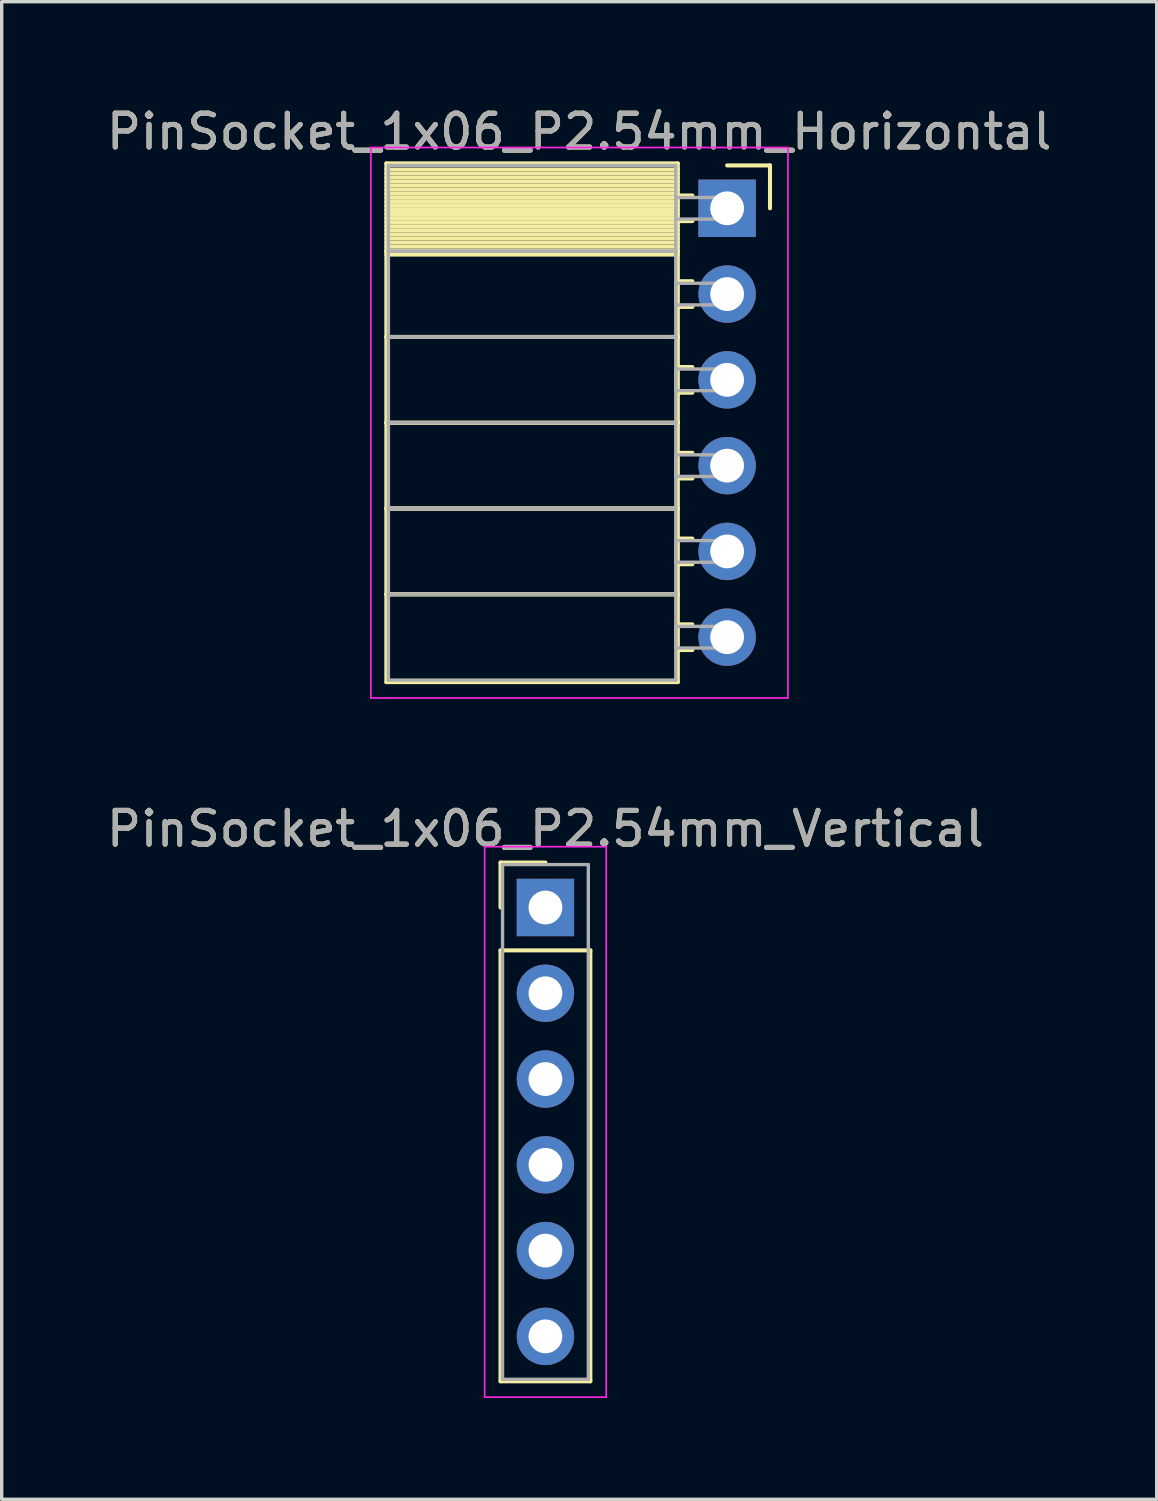
<source format=kicad_pcb>
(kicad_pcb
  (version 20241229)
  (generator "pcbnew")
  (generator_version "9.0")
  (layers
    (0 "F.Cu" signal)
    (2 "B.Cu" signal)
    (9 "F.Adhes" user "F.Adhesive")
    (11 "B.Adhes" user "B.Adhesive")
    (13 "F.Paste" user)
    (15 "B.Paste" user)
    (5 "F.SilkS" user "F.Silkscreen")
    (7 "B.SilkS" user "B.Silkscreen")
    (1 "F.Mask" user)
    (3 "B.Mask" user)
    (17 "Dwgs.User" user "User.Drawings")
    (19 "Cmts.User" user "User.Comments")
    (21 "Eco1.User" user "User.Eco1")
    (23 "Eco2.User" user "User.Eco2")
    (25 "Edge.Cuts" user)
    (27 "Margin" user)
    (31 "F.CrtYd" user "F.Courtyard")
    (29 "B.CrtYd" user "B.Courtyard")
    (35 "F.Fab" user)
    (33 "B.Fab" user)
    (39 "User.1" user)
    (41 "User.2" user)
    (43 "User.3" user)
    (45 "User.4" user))
  (footprint "PinSocket_1x06_P2.54mm_Horizontal"
    (layer "F.Cu")
    (at 18.481 3.118)
    (property "Reference" "PinSocket_1x06_P2.54mm_Horizontal" (at -4.38 -2.27 0) (layer "F.SilkS") (effects (font (size 1 1) (thickness 0.15))))
    (attr through_hole)
    (fp_line (start -10.09 -1.33) (end -1.46 -1.33) (stroke (width 0.12) (type solid)) (layer "F.SilkS"))
    (fp_line (start -10.09 1.27) (end -10.09 -1.33) (stroke (width 0.12) (type solid)) (layer "F.SilkS"))
    (fp_line (start -10.09 1.27) (end -1.46 1.27) (stroke (width 0.12) (type solid)) (layer "F.SilkS"))
    (fp_line (start -10.09 3.81) (end -10.09 1.27) (stroke (width 0.12) (type solid)) (layer "F.SilkS"))
    (fp_line (start -10.09 3.81) (end -1.46 3.81) (stroke (width 0.12) (type solid)) (layer "F.SilkS"))
    (fp_line (start -10.09 6.35) (end -10.09 3.81) (stroke (width 0.12) (type solid)) (layer "F.SilkS"))
    (fp_line (start -10.09 6.35) (end -1.46 6.35) (stroke (width 0.12) (type solid)) (layer "F.SilkS"))
    (fp_line (start -10.09 8.89) (end -10.09 6.35) (stroke (width 0.12) (type solid)) (layer "F.SilkS"))
    (fp_line (start -10.09 8.89) (end -1.46 8.89) (stroke (width 0.12) (type solid)) (layer "F.SilkS"))
    (fp_line (start -10.09 11.43) (end -10.09 8.89) (stroke (width 0.12) (type solid)) (layer "F.SilkS"))
    (fp_line (start -10.09 11.43) (end -1.46 11.43) (stroke (width 0.12) (type solid)) (layer "F.SilkS"))
    (fp_line (start -10.09 14.03) (end -10.09 11.43) (stroke (width 0.12) (type solid)) (layer "F.SilkS"))
    (fp_line (start -1.46 -1.33) (end -1.46 1.27) (stroke (width 0.12) (type solid)) (layer "F.SilkS"))
    (fp_line (start -1.46 -1.15) (end -10.09 -1.15) (stroke (width 0.12) (type solid)) (layer "F.SilkS"))
    (fp_line (start -1.46 -1.03) (end -10.09 -1.03) (stroke (width 0.12) (type solid)) (layer "F.SilkS"))
    (fp_line (start -1.46 -0.91) (end -10.09 -0.91) (stroke (width 0.12) (type solid)) (layer "F.SilkS"))
    (fp_line (start -1.46 -0.79) (end -10.09 -0.79) (stroke (width 0.12) (type solid)) (layer "F.SilkS"))
    (fp_line (start -1.46 -0.67) (end -10.09 -0.67) (stroke (width 0.12) (type solid)) (layer "F.SilkS"))
    (fp_line (start -1.46 -0.55) (end -10.09 -0.55) (stroke (width 0.12) (type solid)) (layer "F.SilkS"))
    (fp_line (start -1.46 -0.43) (end -10.09 -0.43) (stroke (width 0.12) (type solid)) (layer "F.SilkS"))
    (fp_line (start -1.46 -0.31) (end -10.09 -0.31) (stroke (width 0.12) (type solid)) (layer "F.SilkS"))
    (fp_line (start -1.46 -0.19) (end -10.09 -0.19) (stroke (width 0.12) (type solid)) (layer "F.SilkS"))
    (fp_line (start -1.46 -0.07) (end -10.09 -0.07) (stroke (width 0.12) (type solid)) (layer "F.SilkS"))
    (fp_line (start -1.46 0.05) (end -10.09 0.05) (stroke (width 0.12) (type solid)) (layer "F.SilkS"))
    (fp_line (start -1.46 0.17) (end -10.09 0.17) (stroke (width 0.12) (type solid)) (layer "F.SilkS"))
    (fp_line (start -1.46 0.29) (end -10.09 0.29) (stroke (width 0.12) (type solid)) (layer "F.SilkS"))
    (fp_line (start -1.46 0.41) (end -10.09 0.41) (stroke (width 0.12) (type solid)) (layer "F.SilkS"))
    (fp_line (start -1.46 0.53) (end -10.09 0.53) (stroke (width 0.12) (type solid)) (layer "F.SilkS"))
    (fp_line (start -1.46 0.65) (end -10.09 0.65) (stroke (width 0.12) (type solid)) (layer "F.SilkS"))
    (fp_line (start -1.46 0.77) (end -10.09 0.77) (stroke (width 0.12) (type solid)) (layer "F.SilkS"))
    (fp_line (start -1.46 0.89) (end -10.09 0.89) (stroke (width 0.12) (type solid)) (layer "F.SilkS"))
    (fp_line (start -1.46 1.01) (end -10.09 1.01) (stroke (width 0.12) (type solid)) (layer "F.SilkS"))
    (fp_line (start -1.46 1.13) (end -10.09 1.13) (stroke (width 0.12) (type solid)) (layer "F.SilkS"))
    (fp_line (start -1.46 1.25) (end -10.09 1.25) (stroke (width 0.12) (type solid)) (layer "F.SilkS"))
    (fp_line (start -1.46 1.27) (end -10.09 1.27) (stroke (width 0.12) (type solid)) (layer "F.SilkS"))
    (fp_line (start -1.46 1.27) (end -1.46 3.81) (stroke (width 0.12) (type solid)) (layer "F.SilkS"))
    (fp_line (start -1.46 1.37) (end -10.09 1.37) (stroke (width 0.12) (type solid)) (layer "F.SilkS"))
    (fp_line (start -1.46 3.81) (end -10.09 3.81) (stroke (width 0.12) (type solid)) (layer "F.SilkS"))
    (fp_line (start -1.46 3.81) (end -1.46 6.35) (stroke (width 0.12) (type solid)) (layer "F.SilkS"))
    (fp_line (start -1.46 6.35) (end -10.09 6.35) (stroke (width 0.12) (type solid)) (layer "F.SilkS"))
    (fp_line (start -1.46 6.35) (end -1.46 8.89) (stroke (width 0.12) (type solid)) (layer "F.SilkS"))
    (fp_line (start -1.46 8.89) (end -10.09 8.89) (stroke (width 0.12) (type solid)) (layer "F.SilkS"))
    (fp_line (start -1.46 8.89) (end -1.46 11.43) (stroke (width 0.12) (type solid)) (layer "F.SilkS"))
    (fp_line (start -1.46 11.43) (end -10.09 11.43) (stroke (width 0.12) (type solid)) (layer "F.SilkS"))
    (fp_line (start -1.46 11.43) (end -1.46 14.03) (stroke (width 0.12) (type solid)) (layer "F.SilkS"))
    (fp_line (start -1.46 14.03) (end -10.09 14.03) (stroke (width 0.12) (type solid)) (layer "F.SilkS"))
    (fp_line (start -1.03 -0.38) (end -1.46 -0.38) (stroke (width 0.12) (type solid)) (layer "F.SilkS"))
    (fp_line (start -1.03 0.38) (end -1.46 0.38) (stroke (width 0.12) (type solid)) (layer "F.SilkS"))
    (fp_line (start -1.03 2.16) (end -1.46 2.16) (stroke (width 0.12) (type solid)) (layer "F.SilkS"))
    (fp_line (start -1.03 2.92) (end -1.46 2.92) (stroke (width 0.12) (type solid)) (layer "F.SilkS"))
    (fp_line (start -1.03 4.7) (end -1.46 4.7) (stroke (width 0.12) (type solid)) (layer "F.SilkS"))
    (fp_line (start -1.03 5.46) (end -1.46 5.46) (stroke (width 0.12) (type solid)) (layer "F.SilkS"))
    (fp_line (start -1.03 7.24) (end -1.46 7.24) (stroke (width 0.12) (type solid)) (layer "F.SilkS"))
    (fp_line (start -1.03 8) (end -1.46 8) (stroke (width 0.12) (type solid)) (layer "F.SilkS"))
    (fp_line (start -1.03 9.78) (end -1.46 9.78) (stroke (width 0.12) (type solid)) (layer "F.SilkS"))
    (fp_line (start -1.03 10.54) (end -1.46 10.54) (stroke (width 0.12) (type solid)) (layer "F.SilkS"))
    (fp_line (start -1.03 12.32) (end -1.46 12.32) (stroke (width 0.12) (type solid)) (layer "F.SilkS"))
    (fp_line (start -1.03 13.08) (end -1.46 13.08) (stroke (width 0.12) (type solid)) (layer "F.SilkS"))
    (fp_line (start 0 -1.27) (end 1.27 -1.27) (stroke (width 0.12) (type solid)) (layer "F.SilkS"))
    (fp_line (start 1.27 -1.27) (end 1.27 0) (stroke (width 0.12) (type solid)) (layer "F.SilkS"))
    (fp_line (start -10.55 -1.8) (end 1.8 -1.8) (stroke (width 0.05) (type solid)) (layer "F.CrtYd"))
    (fp_line (start -10.55 14.5) (end -10.55 -1.8) (stroke (width 0.05) (type solid)) (layer "F.CrtYd"))
    (fp_line (start 1.8 -1.8) (end 1.8 14.5) (stroke (width 0.05) (type solid)) (layer "F.CrtYd"))
    (fp_line (start 1.8 14.5) (end -10.55 14.5) (stroke (width 0.05) (type solid)) (layer "F.CrtYd"))
    (fp_line (start -10.03 -1.27) (end -1.52 -1.27) (stroke (width 0.1) (type solid)) (layer "F.Fab"))
    (fp_line (start -10.03 1.27) (end -10.03 -1.27) (stroke (width 0.1) (type solid)) (layer "F.Fab"))
    (fp_line (start -10.03 1.27) (end -1.52 1.27) (stroke (width 0.1) (type solid)) (layer "F.Fab"))
    (fp_line (start -10.03 3.81) (end -10.03 1.27) (stroke (width 0.1) (type solid)) (layer "F.Fab"))
    (fp_line (start -10.03 3.81) (end -1.52 3.81) (stroke (width 0.1) (type solid)) (layer "F.Fab"))
    (fp_line (start -10.03 6.35) (end -10.03 3.81) (stroke (width 0.1) (type solid)) (layer "F.Fab"))
    (fp_line (start -10.03 6.35) (end -1.52 6.35) (stroke (width 0.1) (type solid)) (layer "F.Fab"))
    (fp_line (start -10.03 8.89) (end -10.03 6.35) (stroke (width 0.1) (type solid)) (layer "F.Fab"))
    (fp_line (start -10.03 8.89) (end -1.52 8.89) (stroke (width 0.1) (type solid)) (layer "F.Fab"))
    (fp_line (start -10.03 11.43) (end -10.03 8.89) (stroke (width 0.1) (type solid)) (layer "F.Fab"))
    (fp_line (start -10.03 11.43) (end -1.52 11.43) (stroke (width 0.1) (type solid)) (layer "F.Fab"))
    (fp_line (start -10.03 13.97) (end -10.03 11.43) (stroke (width 0.1) (type solid)) (layer "F.Fab"))
    (fp_line (start -1.52 -1.27) (end -1.52 1.27) (stroke (width 0.1) (type solid)) (layer "F.Fab"))
    (fp_line (start -1.52 -0.32) (end 0 -0.32) (stroke (width 0.1) (type solid)) (layer "F.Fab"))
    (fp_line (start -1.52 0.32) (end -1.52 -0.32) (stroke (width 0.1) (type solid)) (layer "F.Fab"))
    (fp_line (start -1.52 1.27) (end -10.03 1.27) (stroke (width 0.1) (type solid)) (layer "F.Fab"))
    (fp_line (start -1.52 1.27) (end -1.52 3.81) (stroke (width 0.1) (type solid)) (layer "F.Fab"))
    (fp_line (start -1.52 2.22) (end 0 2.22) (stroke (width 0.1) (type solid)) (layer "F.Fab"))
    (fp_line (start -1.52 2.86) (end -1.52 2.22) (stroke (width 0.1) (type solid)) (layer "F.Fab"))
    (fp_line (start -1.52 3.81) (end -10.03 3.81) (stroke (width 0.1) (type solid)) (layer "F.Fab"))
    (fp_line (start -1.52 3.81) (end -1.52 6.35) (stroke (width 0.1) (type solid)) (layer "F.Fab"))
    (fp_line (start -1.52 4.76) (end 0 4.76) (stroke (width 0.1) (type solid)) (layer "F.Fab"))
    (fp_line (start -1.52 5.4) (end -1.52 4.76) (stroke (width 0.1) (type solid)) (layer "F.Fab"))
    (fp_line (start -1.52 6.35) (end -10.03 6.35) (stroke (width 0.1) (type solid)) (layer "F.Fab"))
    (fp_line (start -1.52 6.35) (end -1.52 8.89) (stroke (width 0.1) (type solid)) (layer "F.Fab"))
    (fp_line (start -1.52 7.3) (end 0 7.3) (stroke (width 0.1) (type solid)) (layer "F.Fab"))
    (fp_line (start -1.52 7.94) (end -1.52 7.3) (stroke (width 0.1) (type solid)) (layer "F.Fab"))
    (fp_line (start -1.52 8.89) (end -10.03 8.89) (stroke (width 0.1) (type solid)) (layer "F.Fab"))
    (fp_line (start -1.52 8.89) (end -1.52 11.43) (stroke (width 0.1) (type solid)) (layer "F.Fab"))
    (fp_line (start -1.52 9.84) (end 0 9.84) (stroke (width 0.1) (type solid)) (layer "F.Fab"))
    (fp_line (start -1.52 10.48) (end -1.52 9.84) (stroke (width 0.1) (type solid)) (layer "F.Fab"))
    (fp_line (start -1.52 11.43) (end -10.03 11.43) (stroke (width 0.1) (type solid)) (layer "F.Fab"))
    (fp_line (start -1.52 11.43) (end -1.52 13.97) (stroke (width 0.1) (type solid)) (layer "F.Fab"))
    (fp_line (start -1.52 12.38) (end 0 12.38) (stroke (width 0.1) (type solid)) (layer "F.Fab"))
    (fp_line (start -1.52 13.02) (end -1.52 12.38) (stroke (width 0.1) (type solid)) (layer "F.Fab"))
    (fp_line (start -1.52 13.97) (end -10.03 13.97) (stroke (width 0.1) (type solid)) (layer "F.Fab"))
    (fp_line (start 0 -0.32) (end 0 0.32) (stroke (width 0.1) (type solid)) (layer "F.Fab"))
    (fp_line (start 0 0.32) (end -1.52 0.32) (stroke (width 0.1) (type solid)) (layer "F.Fab"))
    (fp_line (start 0 2.22) (end 0 2.86) (stroke (width 0.1) (type solid)) (layer "F.Fab"))
    (fp_line (start 0 2.86) (end -1.52 2.86) (stroke (width 0.1) (type solid)) (layer "F.Fab"))
    (fp_line (start 0 4.76) (end 0 5.4) (stroke (width 0.1) (type solid)) (layer "F.Fab"))
    (fp_line (start 0 5.4) (end -1.52 5.4) (stroke (width 0.1) (type solid)) (layer "F.Fab"))
    (fp_line (start 0 7.3) (end 0 7.94) (stroke (width 0.1) (type solid)) (layer "F.Fab"))
    (fp_line (start 0 7.94) (end -1.52 7.94) (stroke (width 0.1) (type solid)) (layer "F.Fab"))
    (fp_line (start 0 9.84) (end 0 10.48) (stroke (width 0.1) (type solid)) (layer "F.Fab"))
    (fp_line (start 0 10.48) (end -1.52 10.48) (stroke (width 0.1) (type solid)) (layer "F.Fab"))
    (fp_line (start 0 12.38) (end 0 13.02) (stroke (width 0.1) (type solid)) (layer "F.Fab"))
    (fp_line (start 0 13.02) (end -1.52 13.02) (stroke (width 0.1) (type solid)) (layer "F.Fab"))
    (fp_text user "${REFERENCE}" (at -4.38 -2.27 0) (layer "F.Fab") (effects (font (size 1 1) (thickness 0.15))))
    (pad "1" thru_hole rect (at 0 0) (size 1.7 1.7) (drill 1) (layers "*.Cu" "*.Mask"))
    (pad "2" thru_hole oval (at 0 2.54) (size 1.7 1.7) (drill 1) (layers "*.Cu" "*.Mask"))
    (pad "3" thru_hole oval (at 0 5.08) (size 1.7 1.7) (drill 1) (layers "*.Cu" "*.Mask"))
    (pad "4" thru_hole oval (at 0 7.62) (size 1.7 1.7) (drill 1) (layers "*.Cu" "*.Mask"))
    (pad "5" thru_hole oval (at 0 10.16) (size 1.7 1.7) (drill 1) (layers "*.Cu" "*.Mask"))
    (pad "6" thru_hole oval (at 0 12.7) (size 1.7 1.7) (drill 1) (layers "*.Cu" "*.Mask")))
  (footprint "PinSocket_1x06_P2.54mm_Vertical"
    (layer "F.Cu")
    (at 13.101 23.822)
    (property "Reference" "PinSocket_1x06_P2.54mm_Vertical" (at 0 -2.33 0) (layer "F.SilkS") (effects (font (size 1 1) (thickness 0.15))))
    (attr through_hole)
    (fp_line (start -1.33 -1.33) (end 0 -1.33) (stroke (width 0.12) (type solid)) (layer "F.SilkS"))
    (fp_line (start -1.33 0) (end -1.33 -1.33) (stroke (width 0.12) (type solid)) (layer "F.SilkS"))
    (fp_line (start -1.33 1.27) (end -1.33 14.03) (stroke (width 0.12) (type solid)) (layer "F.SilkS"))
    (fp_line (start -1.33 14.03) (end 1.33 14.03) (stroke (width 0.12) (type solid)) (layer "F.SilkS"))
    (fp_line (start 1.33 1.27) (end -1.33 1.27) (stroke (width 0.12) (type solid)) (layer "F.SilkS"))
    (fp_line (start 1.33 14.03) (end 1.33 1.27) (stroke (width 0.12) (type solid)) (layer "F.SilkS"))
    (fp_line (start -1.8 -1.8) (end -1.8 14.5) (stroke (width 0.05) (type solid)) (layer "F.CrtYd"))
    (fp_line (start -1.8 14.5) (end 1.8 14.5) (stroke (width 0.05) (type solid)) (layer "F.CrtYd"))
    (fp_line (start 1.8 -1.8) (end -1.8 -1.8) (stroke (width 0.05) (type solid)) (layer "F.CrtYd"))
    (fp_line (start 1.8 14.5) (end 1.8 -1.8) (stroke (width 0.05) (type solid)) (layer "F.CrtYd"))
    (fp_line (start -1.27 -1.27) (end -1.27 13.97) (stroke (width 0.1) (type solid)) (layer "F.Fab"))
    (fp_line (start -1.27 13.97) (end 1.27 13.97) (stroke (width 0.1) (type solid)) (layer "F.Fab"))
    (fp_line (start 1.27 -1.27) (end -1.27 -1.27) (stroke (width 0.1) (type solid)) (layer "F.Fab"))
    (fp_line (start 1.27 13.97) (end 1.27 -1.27) (stroke (width 0.1) (type solid)) (layer "F.Fab"))
    (fp_text user "${REFERENCE}" (at 0 -2.33 0) (layer "F.Fab") (effects (font (size 1 1) (thickness 0.15))))
    (pad "1" thru_hole rect (at 0 0) (size 1.7 1.7) (drill 1) (layers "*.Cu" "*.Mask"))
    (pad "2" thru_hole oval (at 0 2.54) (size 1.7 1.7) (drill 1) (layers "*.Cu" "*.Mask"))
    (pad "3" thru_hole oval (at 0 5.08) (size 1.7 1.7) (drill 1) (layers "*.Cu" "*.Mask"))
    (pad "4" thru_hole oval (at 0 7.62) (size 1.7 1.7) (drill 1) (layers "*.Cu" "*.Mask"))
    (pad "5" thru_hole oval (at 0 10.16) (size 1.7 1.7) (drill 1) (layers "*.Cu" "*.Mask"))
    (pad "6" thru_hole oval (at 0 12.7) (size 1.7 1.7) (drill 1) (layers "*.Cu" "*.Mask")))
  (gr_rect
    (start -3 -3)
    (end 31.202 41.346)
    (stroke (width 0.1) (type default))
    (fill no)
    (layer "Edge.Cuts")))
</source>
